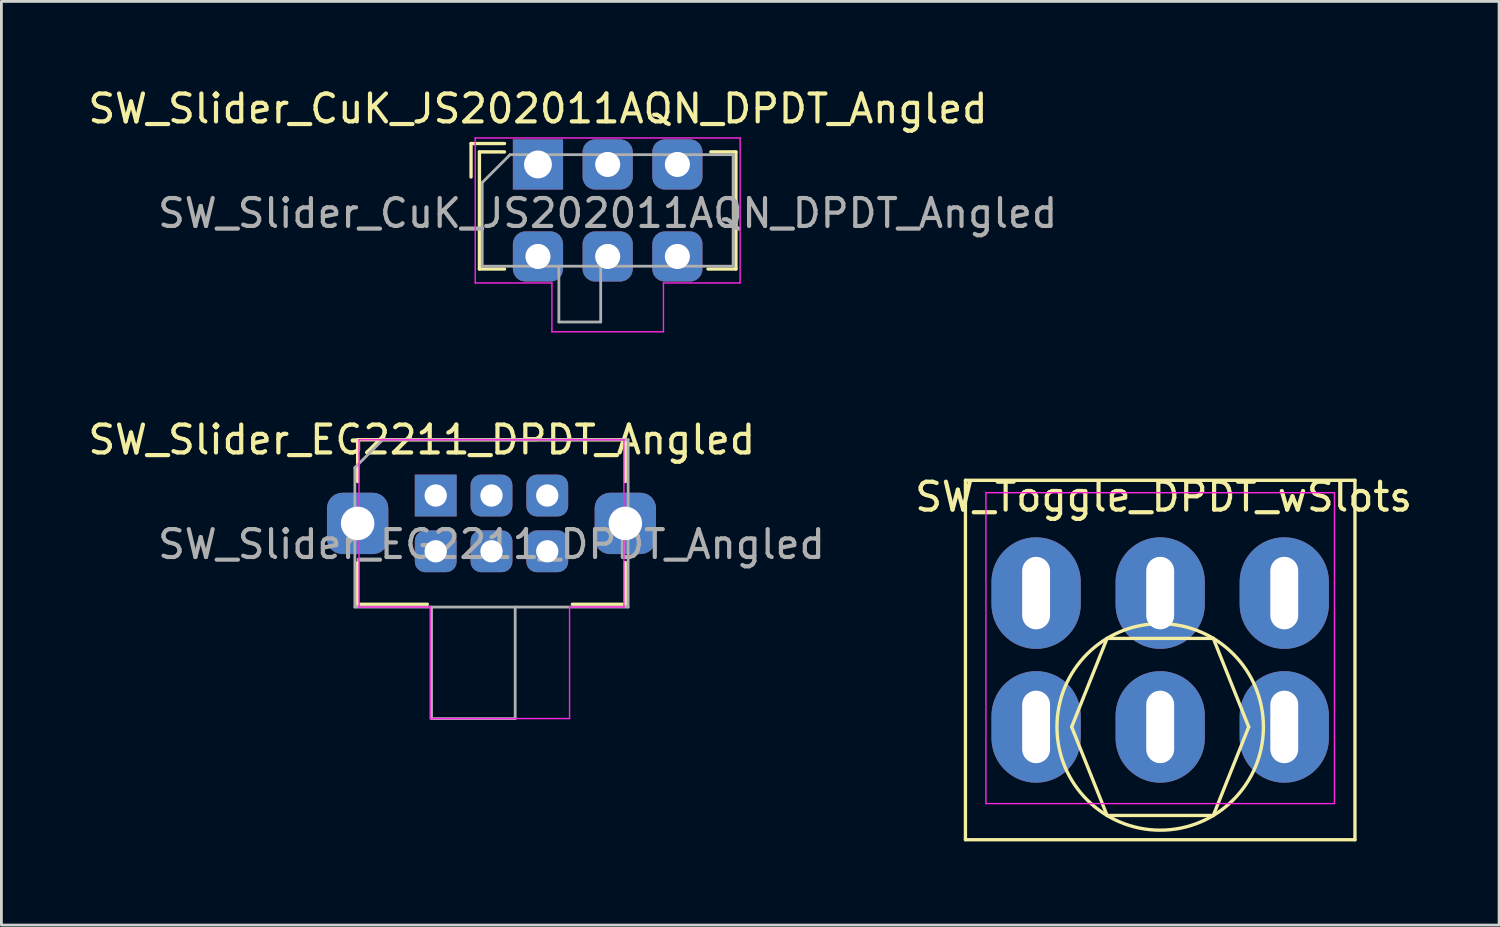
<source format=kicad_pcb>
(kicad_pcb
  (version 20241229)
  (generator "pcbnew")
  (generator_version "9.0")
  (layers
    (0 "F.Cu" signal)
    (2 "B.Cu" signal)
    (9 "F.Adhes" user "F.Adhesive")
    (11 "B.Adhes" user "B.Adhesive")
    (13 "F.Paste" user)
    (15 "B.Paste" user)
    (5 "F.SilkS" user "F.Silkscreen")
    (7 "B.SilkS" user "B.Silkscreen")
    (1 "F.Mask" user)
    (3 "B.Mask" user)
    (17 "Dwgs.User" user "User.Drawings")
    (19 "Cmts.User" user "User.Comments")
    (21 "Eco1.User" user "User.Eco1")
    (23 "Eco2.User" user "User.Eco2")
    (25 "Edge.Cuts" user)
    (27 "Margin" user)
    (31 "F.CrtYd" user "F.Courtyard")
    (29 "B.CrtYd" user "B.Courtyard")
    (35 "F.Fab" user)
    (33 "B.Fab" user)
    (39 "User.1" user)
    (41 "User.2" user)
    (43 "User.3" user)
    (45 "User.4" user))
  (footprint "SW_Slider_CuK_JS202011AQN_DPDT_Angled"
    (layer "F.Cu")
    (at 16.244 2.848)
    (property "Reference" "SW_Slider_CuK_JS202011AQN_DPDT_Angled" (at 0 -2 0) (layer "F.SilkS") (effects (font (size 1 1) (thickness 0.15))))
    (attr through_hole)
    (fp_line (start -2.4 -0.75) (end -2.4 0.45) (stroke (width 0.12) (type solid)) (layer "F.SilkS"))
    (fp_line (start -2.1 -0.45) (end -2.1 3.75) (stroke (width 0.12) (type solid)) (layer "F.SilkS"))
    (fp_line (start -2.1 3.75) (end -1.2 3.75) (stroke (width 0.12) (type solid)) (layer "F.SilkS"))
    (fp_line (start -1.2 -0.75) (end -2.4 -0.75) (stroke (width 0.12) (type solid)) (layer "F.SilkS"))
    (fp_line (start -1.2 -0.45) (end -2.1 -0.45) (stroke (width 0.12) (type solid)) (layer "F.SilkS"))
    (fp_line (start 6.2 -0.45) (end 7.1 -0.45) (stroke (width 0.12) (type solid)) (layer "F.SilkS"))
    (fp_line (start 7.1 -0.45) (end 7.1 3.75) (stroke (width 0.12) (type solid)) (layer "F.SilkS"))
    (fp_line (start 7.1 3.75) (end 6.1 3.75) (stroke (width 0.12) (type solid)) (layer "F.SilkS"))
    (fp_line (start -2.25 -0.95) (end 7.25 -0.95) (stroke (width 0.05) (type solid)) (layer "F.CrtYd"))
    (fp_line (start -2.25 4.25) (end -2.25 -0.95) (stroke (width 0.05) (type solid)) (layer "F.CrtYd"))
    (fp_line (start 0.5 4.25) (end -2.25 4.25) (stroke (width 0.05) (type solid)) (layer "F.CrtYd"))
    (fp_line (start 0.5 4.25) (end 0.5 6) (stroke (width 0.05) (type solid)) (layer "F.CrtYd"))
    (fp_line (start 4.5 6) (end 0.5 6) (stroke (width 0.05) (type solid)) (layer "F.CrtYd"))
    (fp_line (start 4.5 6) (end 4.5 4.25) (stroke (width 0.05) (type solid)) (layer "F.CrtYd"))
    (fp_line (start 7.25 -0.95) (end 7.25 4.25) (stroke (width 0.05) (type solid)) (layer "F.CrtYd"))
    (fp_line (start 7.25 4.25) (end 4.5 4.25) (stroke (width 0.05) (type solid)) (layer "F.CrtYd"))
    (fp_line (start -2 3.65) (end -2 0.65) (stroke (width 0.1) (type solid)) (layer "F.Fab"))
    (fp_line (start -1 -0.35) (end -2 0.65) (stroke (width 0.1) (type solid)) (layer "F.Fab"))
    (fp_line (start -1 -0.35) (end 7 -0.35) (stroke (width 0.1) (type solid)) (layer "F.Fab"))
    (fp_line (start 0.75 3.65) (end 0.75 5.65) (stroke (width 0.1) (type solid)) (layer "F.Fab"))
    (fp_line (start 0.75 5.65) (end 2.25 5.65) (stroke (width 0.1) (type solid)) (layer "F.Fab"))
    (fp_line (start 2.25 5.65) (end 2.25 3.65) (stroke (width 0.1) (type solid)) (layer "F.Fab"))
    (fp_line (start 7 -0.35) (end 7 3.65) (stroke (width 0.1) (type solid)) (layer "F.Fab"))
    (fp_line (start 7 3.65) (end -2 3.65) (stroke (width 0.1) (type solid)) (layer "F.Fab"))
    (fp_text user "${REFERENCE}" (at 2.5 1.75 0) (layer "F.Fab") (effects (font (size 1 1) (thickness 0.15))))
    (pad "1" thru_hole rect (at 0 0) (size 1.8 1.8) (drill 1) (layers "*.Cu" "*.Mask"))
    (pad "2" thru_hole roundrect (at 2.5 0) (size 1.8 1.8) (drill 0.9) (layers "*.Cu" "*.Mask") (roundrect_rratio 0.25))
    (pad "3" thru_hole roundrect (at 5 0) (size 1.8 1.8) (drill 0.9) (layers "*.Cu" "*.Mask") (roundrect_rratio 0.25))
    (pad "4" thru_hole roundrect (at 0 3.3) (size 1.8 1.8) (drill 0.9) (layers "*.Cu" "*.Mask") (roundrect_rratio 0.25))
    (pad "5" thru_hole roundrect (at 2.5 3.3) (size 1.8 1.8) (drill 0.9) (layers "*.Cu" "*.Mask") (roundrect_rratio 0.25))
    (pad "6" thru_hole roundrect (at 5 3.3) (size 1.8 1.8) (drill 0.9) (layers "*.Cu" "*.Mask") (roundrect_rratio 0.25)))
  (footprint "SW_Toggle_DPDT_wSlots"
    (layer "F.Cu")
    (at 38.56 23.021)
    (property "Reference" "SW_Toggle_DPDT_wSlots" (at 0.124 -8.25 0) (layer "F.SilkS") (effects (font (size 1 1) (thickness 0.15))))
    (attr through_hole)
    (fp_line (start -6.985 -8.845) (end 6.985 -8.845) (stroke (width 0.12) (type solid)) (layer "F.SilkS"))
    (fp_line (start -6.985 4.045) (end -6.985 -8.845) (stroke (width 0.12) (type solid)) (layer "F.SilkS"))
    (fp_line (start -3.175 0) (end -1.905 -3.175) (stroke (width 0.12) (type solid)) (layer "F.SilkS"))
    (fp_line (start -1.905 -3.175) (end 1.905 -3.175) (stroke (width 0.12) (type solid)) (layer "F.SilkS"))
    (fp_line (start -1.905 3.175) (end -3.175 0) (stroke (width 0.12) (type solid)) (layer "F.SilkS"))
    (fp_line (start 1.905 -3.175) (end 3.175 0) (stroke (width 0.12) (type solid)) (layer "F.SilkS"))
    (fp_line (start 1.905 3.175) (end -1.905 3.175) (stroke (width 0.12) (type solid)) (layer "F.SilkS"))
    (fp_line (start 3.175 0) (end 1.905 3.175) (stroke (width 0.12) (type solid)) (layer "F.SilkS"))
    (fp_line (start 6.985 -8.845) (end 6.985 4.045) (stroke (width 0.12) (type solid)) (layer "F.SilkS"))
    (fp_line (start 6.985 4.045) (end -6.985 4.045) (stroke (width 0.12) (type solid)) (layer "F.SilkS"))
    (fp_circle (center 0 0) (end 1.905 3.175) (stroke (width 0.12) (type solid)) (fill no) (layer "F.SilkS"))
    (fp_line (start -4.902 -1.422) (end -4.013 -1.422) (stroke (width 0.12) (type solid)) (layer "Eco2.User"))
    (fp_line (start -4.902 1.372) (end -4.902 -1.422) (stroke (width 0.12) (type solid)) (layer "Eco2.User"))
    (fp_line (start -4.013 -1.422) (end -4.013 1.372) (stroke (width 0.12) (type solid)) (layer "Eco2.User"))
    (fp_line (start -4.013 1.372) (end -4.902 1.372) (stroke (width 0.12) (type solid)) (layer "Eco2.User"))
    (fp_line (start -0.457 -1.422) (end 0.432 -1.422) (stroke (width 0.12) (type solid)) (layer "Eco2.User"))
    (fp_line (start -0.457 1.372) (end -0.457 -1.422) (stroke (width 0.12) (type solid)) (layer "Eco2.User"))
    (fp_line (start 0.432 -1.422) (end 0.432 1.372) (stroke (width 0.12) (type solid)) (layer "Eco2.User"))
    (fp_line (start 0.432 1.372) (end -0.457 1.372) (stroke (width 0.12) (type solid)) (layer "Eco2.User"))
    (fp_line (start 4.013 -1.422) (end 4.877 -1.422) (stroke (width 0.12) (type solid)) (layer "Eco2.User"))
    (fp_line (start 4.013 1.372) (end 4.013 -1.422) (stroke (width 0.12) (type solid)) (layer "Eco2.User"))
    (fp_line (start 4.877 -1.422) (end 4.902 1.372) (stroke (width 0.12) (type solid)) (layer "Eco2.User"))
    (fp_line (start 4.902 1.372) (end 4.013 1.372) (stroke (width 0.12) (type solid)) (layer "Eco2.User"))
    (fp_line (start -6.25 -8.4) (end 6.25 -8.4) (stroke (width 0.05) (type solid)) (layer "F.CrtYd"))
    (fp_line (start -6.25 2.75) (end -6.25 -8.4) (stroke (width 0.05) (type solid)) (layer "F.CrtYd"))
    (fp_line (start 6.25 -8.4) (end 6.25 2.75) (stroke (width 0.05) (type solid)) (layer "F.CrtYd"))
    (fp_line (start 6.25 2.75) (end -6.25 2.75) (stroke (width 0.05) (type solid)) (layer "F.CrtYd"))
    (fp_text user "Aprox" (at -0.3 -10.3 0) (layer "Eco2.User") (effects (font (size 1 1) (thickness 0.15))))
    (pad "1" thru_hole oval (at -4.45 0) (size 3.2 4) (drill oval 1 2.6) (layers "*.Cu" "*.Mask"))
    (pad "2" thru_hole oval (at 0 0) (size 3.2 4) (drill oval 1 2.6) (layers "*.Cu" "*.Mask"))
    (pad "3" thru_hole oval (at 4.45 0) (size 3.2 4) (drill oval 1 2.6) (layers "*.Cu" "*.Mask"))
    (pad "4" thru_hole oval (at -4.45 -4.8) (size 3.2 4) (drill oval 1 2.6) (layers "*.Cu" "*.Mask"))
    (pad "5" thru_hole oval (at 0 -4.8) (size 3.2 4) (drill oval 1 2.6) (layers "*.Cu" "*.Mask"))
    (pad "6" thru_hole oval (at 4.45 -4.8) (size 3.2 4) (drill oval 1 2.6) (layers "*.Cu" "*.Mask")))
  (footprint "SW_Slider_EG2211_DPDT_Angled"
    (layer "F.Cu")
    (at 12.077 14.722)
    (property "Reference" "SW_Slider_EG2211_DPDT_Angled" (at 0 -2 0) (layer "F.SilkS") (effects (font (size 1 1) (thickness 0.15))))
    (attr through_hole)
    (fp_line (start -2.3 -2) (end -2.3 -0.5) (stroke (width 0.12) (type solid)) (layer "F.SilkS"))
    (fp_line (start -2.3 2.4) (end -2.3 3.9) (stroke (width 0.12) (type solid)) (layer "F.SilkS"))
    (fp_line (start -2.3 3.9) (end 0.2 3.9) (stroke (width 0.12) (type solid)) (layer "F.SilkS"))
    (fp_line (start 7.3 -2) (end -2.3 -2) (stroke (width 0.12) (type solid)) (layer "F.SilkS"))
    (fp_line (start 7.3 -2) (end 7.3 -0.5) (stroke (width 0.12) (type solid)) (layer "F.SilkS"))
    (fp_line (start 7.3 3.9) (end 5.4 3.9) (stroke (width 0.12) (type solid)) (layer "F.SilkS"))
    (fp_line (start 7.3 3.9) (end 7.3 2.4) (stroke (width 0.12) (type solid)) (layer "F.SilkS"))
    (fp_line (start -2.25 -2) (end 7.25 -2) (stroke (width 0.05) (type solid)) (layer "F.CrtYd"))
    (fp_line (start -2.25 4) (end -2.25 -2) (stroke (width 0.05) (type solid)) (layer "F.CrtYd"))
    (fp_line (start 0.3 4) (end -2.25 4) (stroke (width 0.05) (type solid)) (layer "F.CrtYd"))
    (fp_line (start 0.3 4) (end 0.3 8) (stroke (width 0.05) (type solid)) (layer "F.CrtYd"))
    (fp_line (start 5.3 8) (end 0.3 8) (stroke (width 0.05) (type solid)) (layer "F.CrtYd"))
    (fp_line (start 5.3 8) (end 5.3 4) (stroke (width 0.05) (type solid)) (layer "F.CrtYd"))
    (fp_line (start 7.25 -2) (end 7.25 4) (stroke (width 0.05) (type solid)) (layer "F.CrtYd"))
    (fp_line (start 7.25 4) (end 5.3 4) (stroke (width 0.05) (type solid)) (layer "F.CrtYd"))
    (fp_line (start -2.4 4) (end -2.4 -1) (stroke (width 0.1) (type solid)) (layer "F.Fab"))
    (fp_line (start -1.4 -2) (end -2.4 -1) (stroke (width 0.1) (type solid)) (layer "F.Fab"))
    (fp_line (start -1.4 -2) (end 7.4 -2) (stroke (width 0.1) (type solid)) (layer "F.Fab"))
    (fp_line (start 0.35 4) (end 0.35 8) (stroke (width 0.1) (type solid)) (layer "F.Fab"))
    (fp_line (start 0.35 8) (end 3.35 8) (stroke (width 0.1) (type solid)) (layer "F.Fab"))
    (fp_line (start 3.35 4) (end 3.35 8) (stroke (width 0.1) (type solid)) (layer "F.Fab"))
    (fp_line (start 7.4 -2) (end 7.4 4) (stroke (width 0.1) (type solid)) (layer "F.Fab"))
    (fp_line (start 7.4 4) (end -2.4 4) (stroke (width 0.1) (type solid)) (layer "F.Fab"))
    (fp_text user "${REFERENCE}" (at 2.5 1.75 0) (layer "F.Fab") (effects (font (size 1 1) (thickness 0.15))))
    (pad "1" thru_hole rect (at 0.5 0) (size 1.5 1.5) (drill 0.8) (layers "*.Cu" "*.Mask"))
    (pad "2" thru_hole roundrect (at 2.5 0) (size 1.5 1.5) (drill 0.8) (layers "*.Cu" "*.Mask") (roundrect_rratio 0.25))
    (pad "3" thru_hole roundrect (at 4.5 0) (size 1.5 1.5) (drill 0.8) (layers "*.Cu" "*.Mask") (roundrect_rratio 0.25))
    (pad "4" thru_hole roundrect (at 0.5 2) (size 1.5 1.5) (drill 0.8) (layers "*.Cu" "*.Mask") (roundrect_rratio 0.25))
    (pad "5" thru_hole roundrect (at 2.5 2) (size 1.5 1.5) (drill 0.8) (layers "*.Cu" "*.Mask") (roundrect_rratio 0.25))
    (pad "6" thru_hole roundrect (at 4.5 2) (size 1.5 1.5) (drill 0.8) (layers "*.Cu" "*.Mask") (roundrect_rratio 0.25))
    (pad "7" thru_hole roundrect (at -2.3 1) (size 2.2 2.2) (drill 1.2) (layers "*.Cu" "*.Mask") (roundrect_rratio 0.25))
    (pad "7" thru_hole roundrect (at 7.3 1) (size 2.2 2.2) (drill 1.2) (layers "*.Cu" "*.Mask") (roundrect_rratio 0.25)))
  (gr_rect
    (start -3 -3)
    (end 50.714 30.127)
    (stroke (width 0.1) (type default))
    (fill no)
    (layer "Edge.Cuts")))
</source>
